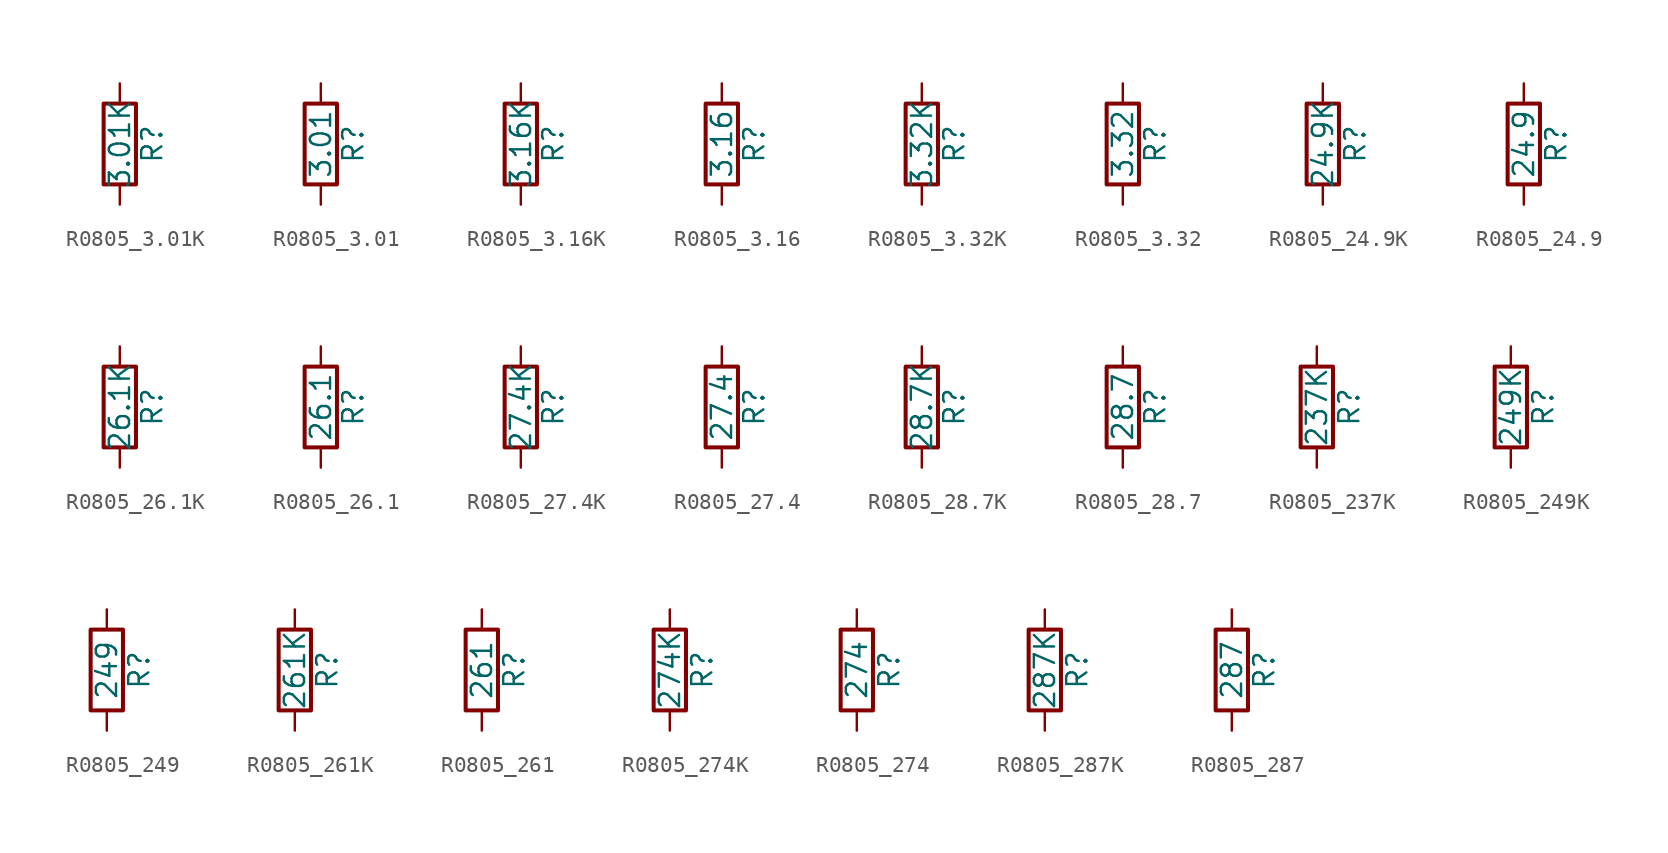
<source format=kicad_sym>
(kicad_symbol_lib
  (version 20211014)
  (generator atlantix-eda)
  (symbol "R0805_3.01K"
    (pin_numbers hide)
    (pin_names
      (offset 0))
    (property "Reference" "R"
      (at 2.032 0 90)
      (effects (font (size 1.27 1.27))))
    (property "Value" "3.01K"
      (at 0 0 90)
      (effects (font (size 1.27 1.27))))
    (symbol "R0805_3.01K_0_1"
      (rectangle (start -1.016 -2.54) (end 1.016 2.54) (stroke (width 0.254) (type default) (color 0 0 0 0)) (fill (type none))))
    (symbol "R0805_3.01K_1_1"
      (pin passive line (at 0 3.81 270) (length 1.27) (name "~" (effects (font (size 1.27 1.27)))) (number "1" (effects (font (size 1.27 1.27)))))
      (pin passive line (at 0 -3.81 90) (length 1.27) (name "~" (effects (font (size 1.27 1.27)))) (number "2" (effects (font (size 1.27 1.27)))))))
  (symbol "R0805_3.01"
    (pin_numbers hide)
    (pin_names
      (offset 0))
    (property "Reference" "R"
      (at 2.032 0 90)
      (effects (font (size 1.27 1.27))))
    (property "Value" "3.01"
      (at 0 0 90)
      (effects (font (size 1.27 1.27))))
    (symbol "R0805_3.01_0_1"
      (rectangle (start -1.016 -2.54) (end 1.016 2.54) (stroke (width 0.254) (type default) (color 0 0 0 0)) (fill (type none))))
    (symbol "R0805_3.01_1_1"
      (pin passive line (at 0 3.81 270) (length 1.27) (name "~" (effects (font (size 1.27 1.27)))) (number "1" (effects (font (size 1.27 1.27)))))
      (pin passive line (at 0 -3.81 90) (length 1.27) (name "~" (effects (font (size 1.27 1.27)))) (number "2" (effects (font (size 1.27 1.27)))))))
  (symbol "R0805_3.16K"
    (pin_numbers hide)
    (pin_names
      (offset 0))
    (property "Reference" "R"
      (at 2.032 0 90)
      (effects (font (size 1.27 1.27))))
    (property "Value" "3.16K"
      (at 0 0 90)
      (effects (font (size 1.27 1.27))))
    (symbol "R0805_3.16K_0_1"
      (rectangle (start -1.016 -2.54) (end 1.016 2.54) (stroke (width 0.254) (type default) (color 0 0 0 0)) (fill (type none))))
    (symbol "R0805_3.16K_1_1"
      (pin passive line (at 0 3.81 270) (length 1.27) (name "~" (effects (font (size 1.27 1.27)))) (number "1" (effects (font (size 1.27 1.27)))))
      (pin passive line (at 0 -3.81 90) (length 1.27) (name "~" (effects (font (size 1.27 1.27)))) (number "2" (effects (font (size 1.27 1.27)))))))
  (symbol "R0805_3.16"
    (pin_numbers hide)
    (pin_names
      (offset 0))
    (property "Reference" "R"
      (at 2.032 0 90)
      (effects (font (size 1.27 1.27))))
    (property "Value" "3.16"
      (at 0 0 90)
      (effects (font (size 1.27 1.27))))
    (symbol "R0805_3.16_0_1"
      (rectangle (start -1.016 -2.54) (end 1.016 2.54) (stroke (width 0.254) (type default) (color 0 0 0 0)) (fill (type none))))
    (symbol "R0805_3.16_1_1"
      (pin passive line (at 0 3.81 270) (length 1.27) (name "~" (effects (font (size 1.27 1.27)))) (number "1" (effects (font (size 1.27 1.27)))))
      (pin passive line (at 0 -3.81 90) (length 1.27) (name "~" (effects (font (size 1.27 1.27)))) (number "2" (effects (font (size 1.27 1.27)))))))
  (symbol "R0805_3.32K"
    (pin_numbers hide)
    (pin_names
      (offset 0))
    (property "Reference" "R"
      (at 2.032 0 90)
      (effects (font (size 1.27 1.27))))
    (property "Value" "3.32K"
      (at 0 0 90)
      (effects (font (size 1.27 1.27))))
    (symbol "R0805_3.32K_0_1"
      (rectangle (start -1.016 -2.54) (end 1.016 2.54) (stroke (width 0.254) (type default) (color 0 0 0 0)) (fill (type none))))
    (symbol "R0805_3.32K_1_1"
      (pin passive line (at 0 3.81 270) (length 1.27) (name "~" (effects (font (size 1.27 1.27)))) (number "1" (effects (font (size 1.27 1.27)))))
      (pin passive line (at 0 -3.81 90) (length 1.27) (name "~" (effects (font (size 1.27 1.27)))) (number "2" (effects (font (size 1.27 1.27)))))))
  (symbol "R0805_3.32"
    (pin_numbers hide)
    (pin_names
      (offset 0))
    (property "Reference" "R"
      (at 2.032 0 90)
      (effects (font (size 1.27 1.27))))
    (property "Value" "3.32"
      (at 0 0 90)
      (effects (font (size 1.27 1.27))))
    (symbol "R0805_3.32_0_1"
      (rectangle (start -1.016 -2.54) (end 1.016 2.54) (stroke (width 0.254) (type default) (color 0 0 0 0)) (fill (type none))))
    (symbol "R0805_3.32_1_1"
      (pin passive line (at 0 3.81 270) (length 1.27) (name "~" (effects (font (size 1.27 1.27)))) (number "1" (effects (font (size 1.27 1.27)))))
      (pin passive line (at 0 -3.81 90) (length 1.27) (name "~" (effects (font (size 1.27 1.27)))) (number "2" (effects (font (size 1.27 1.27)))))))
  (symbol "R0805_24.9K"
    (pin_numbers hide)
    (pin_names
      (offset 0))
    (property "Reference" "R"
      (at 2.032 0 90)
      (effects (font (size 1.27 1.27))))
    (property "Value" "24.9K"
      (at 0 0 90)
      (effects (font (size 1.27 1.27))))
    (symbol "R0805_24.9K_0_1"
      (rectangle (start -1.016 -2.54) (end 1.016 2.54) (stroke (width 0.254) (type default) (color 0 0 0 0)) (fill (type none))))
    (symbol "R0805_24.9K_1_1"
      (pin passive line (at 0 3.81 270) (length 1.27) (name "~" (effects (font (size 1.27 1.27)))) (number "1" (effects (font (size 1.27 1.27)))))
      (pin passive line (at 0 -3.81 90) (length 1.27) (name "~" (effects (font (size 1.27 1.27)))) (number "2" (effects (font (size 1.27 1.27)))))))
  (symbol "R0805_24.9"
    (pin_numbers hide)
    (pin_names
      (offset 0))
    (property "Reference" "R"
      (at 2.032 0 90)
      (effects (font (size 1.27 1.27))))
    (property "Value" "24.9"
      (at 0 0 90)
      (effects (font (size 1.27 1.27))))
    (symbol "R0805_24.9_0_1"
      (rectangle (start -1.016 -2.54) (end 1.016 2.54) (stroke (width 0.254) (type default) (color 0 0 0 0)) (fill (type none))))
    (symbol "R0805_24.9_1_1"
      (pin passive line (at 0 3.81 270) (length 1.27) (name "~" (effects (font (size 1.27 1.27)))) (number "1" (effects (font (size 1.27 1.27)))))
      (pin passive line (at 0 -3.81 90) (length 1.27) (name "~" (effects (font (size 1.27 1.27)))) (number "2" (effects (font (size 1.27 1.27)))))))
  (symbol "R0805_26.1K"
    (pin_numbers hide)
    (pin_names
      (offset 0))
    (property "Reference" "R"
      (at 2.032 0 90)
      (effects (font (size 1.27 1.27))))
    (property "Value" "26.1K"
      (at 0 0 90)
      (effects (font (size 1.27 1.27))))
    (symbol "R0805_26.1K_0_1"
      (rectangle (start -1.016 -2.54) (end 1.016 2.54) (stroke (width 0.254) (type default) (color 0 0 0 0)) (fill (type none))))
    (symbol "R0805_26.1K_1_1"
      (pin passive line (at 0 3.81 270) (length 1.27) (name "~" (effects (font (size 1.27 1.27)))) (number "1" (effects (font (size 1.27 1.27)))))
      (pin passive line (at 0 -3.81 90) (length 1.27) (name "~" (effects (font (size 1.27 1.27)))) (number "2" (effects (font (size 1.27 1.27)))))))
  (symbol "R0805_26.1"
    (pin_numbers hide)
    (pin_names
      (offset 0))
    (property "Reference" "R"
      (at 2.032 0 90)
      (effects (font (size 1.27 1.27))))
    (property "Value" "26.1"
      (at 0 0 90)
      (effects (font (size 1.27 1.27))))
    (symbol "R0805_26.1_0_1"
      (rectangle (start -1.016 -2.54) (end 1.016 2.54) (stroke (width 0.254) (type default) (color 0 0 0 0)) (fill (type none))))
    (symbol "R0805_26.1_1_1"
      (pin passive line (at 0 3.81 270) (length 1.27) (name "~" (effects (font (size 1.27 1.27)))) (number "1" (effects (font (size 1.27 1.27)))))
      (pin passive line (at 0 -3.81 90) (length 1.27) (name "~" (effects (font (size 1.27 1.27)))) (number "2" (effects (font (size 1.27 1.27)))))))
  (symbol "R0805_27.4K"
    (pin_numbers hide)
    (pin_names
      (offset 0))
    (property "Reference" "R"
      (at 2.032 0 90)
      (effects (font (size 1.27 1.27))))
    (property "Value" "27.4K"
      (at 0 0 90)
      (effects (font (size 1.27 1.27))))
    (symbol "R0805_27.4K_0_1"
      (rectangle (start -1.016 -2.54) (end 1.016 2.54) (stroke (width 0.254) (type default) (color 0 0 0 0)) (fill (type none))))
    (symbol "R0805_27.4K_1_1"
      (pin passive line (at 0 3.81 270) (length 1.27) (name "~" (effects (font (size 1.27 1.27)))) (number "1" (effects (font (size 1.27 1.27)))))
      (pin passive line (at 0 -3.81 90) (length 1.27) (name "~" (effects (font (size 1.27 1.27)))) (number "2" (effects (font (size 1.27 1.27)))))))
  (symbol "R0805_27.4"
    (pin_numbers hide)
    (pin_names
      (offset 0))
    (property "Reference" "R"
      (at 2.032 0 90)
      (effects (font (size 1.27 1.27))))
    (property "Value" "27.4"
      (at 0 0 90)
      (effects (font (size 1.27 1.27))))
    (symbol "R0805_27.4_0_1"
      (rectangle (start -1.016 -2.54) (end 1.016 2.54) (stroke (width 0.254) (type default) (color 0 0 0 0)) (fill (type none))))
    (symbol "R0805_27.4_1_1"
      (pin passive line (at 0 3.81 270) (length 1.27) (name "~" (effects (font (size 1.27 1.27)))) (number "1" (effects (font (size 1.27 1.27)))))
      (pin passive line (at 0 -3.81 90) (length 1.27) (name "~" (effects (font (size 1.27 1.27)))) (number "2" (effects (font (size 1.27 1.27)))))))
  (symbol "R0805_28.7K"
    (pin_numbers hide)
    (pin_names
      (offset 0))
    (property "Reference" "R"
      (at 2.032 0 90)
      (effects (font (size 1.27 1.27))))
    (property "Value" "28.7K"
      (at 0 0 90)
      (effects (font (size 1.27 1.27))))
    (symbol "R0805_28.7K_0_1"
      (rectangle (start -1.016 -2.54) (end 1.016 2.54) (stroke (width 0.254) (type default) (color 0 0 0 0)) (fill (type none))))
    (symbol "R0805_28.7K_1_1"
      (pin passive line (at 0 3.81 270) (length 1.27) (name "~" (effects (font (size 1.27 1.27)))) (number "1" (effects (font (size 1.27 1.27)))))
      (pin passive line (at 0 -3.81 90) (length 1.27) (name "~" (effects (font (size 1.27 1.27)))) (number "2" (effects (font (size 1.27 1.27)))))))
  (symbol "R0805_28.7"
    (pin_numbers hide)
    (pin_names
      (offset 0))
    (property "Reference" "R"
      (at 2.032 0 90)
      (effects (font (size 1.27 1.27))))
    (property "Value" "28.7"
      (at 0 0 90)
      (effects (font (size 1.27 1.27))))
    (symbol "R0805_28.7_0_1"
      (rectangle (start -1.016 -2.54) (end 1.016 2.54) (stroke (width 0.254) (type default) (color 0 0 0 0)) (fill (type none))))
    (symbol "R0805_28.7_1_1"
      (pin passive line (at 0 3.81 270) (length 1.27) (name "~" (effects (font (size 1.27 1.27)))) (number "1" (effects (font (size 1.27 1.27)))))
      (pin passive line (at 0 -3.81 90) (length 1.27) (name "~" (effects (font (size 1.27 1.27)))) (number "2" (effects (font (size 1.27 1.27)))))))
  (symbol "R0805_237K"
    (pin_numbers hide)
    (pin_names
      (offset 0))
    (property "Reference" "R"
      (at 2.032 0 90)
      (effects (font (size 1.27 1.27))))
    (property "Value" "237K"
      (at 0 0 90)
      (effects (font (size 1.27 1.27))))
    (symbol "R0805_237K_0_1"
      (rectangle (start -1.016 -2.54) (end 1.016 2.54) (stroke (width 0.254) (type default) (color 0 0 0 0)) (fill (type none))))
    (symbol "R0805_237K_1_1"
      (pin passive line (at 0 3.81 270) (length 1.27) (name "~" (effects (font (size 1.27 1.27)))) (number "1" (effects (font (size 1.27 1.27)))))
      (pin passive line (at 0 -3.81 90) (length 1.27) (name "~" (effects (font (size 1.27 1.27)))) (number "2" (effects (font (size 1.27 1.27)))))))
  (symbol "R0805_249K"
    (pin_numbers hide)
    (pin_names
      (offset 0))
    (property "Reference" "R"
      (at 2.032 0 90)
      (effects (font (size 1.27 1.27))))
    (property "Value" "249K"
      (at 0 0 90)
      (effects (font (size 1.27 1.27))))
    (symbol "R0805_249K_0_1"
      (rectangle (start -1.016 -2.54) (end 1.016 2.54) (stroke (width 0.254) (type default) (color 0 0 0 0)) (fill (type none))))
    (symbol "R0805_249K_1_1"
      (pin passive line (at 0 3.81 270) (length 1.27) (name "~" (effects (font (size 1.27 1.27)))) (number "1" (effects (font (size 1.27 1.27)))))
      (pin passive line (at 0 -3.81 90) (length 1.27) (name "~" (effects (font (size 1.27 1.27)))) (number "2" (effects (font (size 1.27 1.27)))))))
  (symbol "R0805_249"
    (pin_numbers hide)
    (pin_names
      (offset 0))
    (property "Reference" "R"
      (at 2.032 0 90)
      (effects (font (size 1.27 1.27))))
    (property "Value" "249"
      (at 0 0 90)
      (effects (font (size 1.27 1.27))))
    (symbol "R0805_249_0_1"
      (rectangle (start -1.016 -2.54) (end 1.016 2.54) (stroke (width 0.254) (type default) (color 0 0 0 0)) (fill (type none))))
    (symbol "R0805_249_1_1"
      (pin passive line (at 0 3.81 270) (length 1.27) (name "~" (effects (font (size 1.27 1.27)))) (number "1" (effects (font (size 1.27 1.27)))))
      (pin passive line (at 0 -3.81 90) (length 1.27) (name "~" (effects (font (size 1.27 1.27)))) (number "2" (effects (font (size 1.27 1.27)))))))
  (symbol "R0805_261K"
    (pin_numbers hide)
    (pin_names
      (offset 0))
    (property "Reference" "R"
      (at 2.032 0 90)
      (effects (font (size 1.27 1.27))))
    (property "Value" "261K"
      (at 0 0 90)
      (effects (font (size 1.27 1.27))))
    (symbol "R0805_261K_0_1"
      (rectangle (start -1.016 -2.54) (end 1.016 2.54) (stroke (width 0.254) (type default) (color 0 0 0 0)) (fill (type none))))
    (symbol "R0805_261K_1_1"
      (pin passive line (at 0 3.81 270) (length 1.27) (name "~" (effects (font (size 1.27 1.27)))) (number "1" (effects (font (size 1.27 1.27)))))
      (pin passive line (at 0 -3.81 90) (length 1.27) (name "~" (effects (font (size 1.27 1.27)))) (number "2" (effects (font (size 1.27 1.27)))))))
  (symbol "R0805_261"
    (pin_numbers hide)
    (pin_names
      (offset 0))
    (property "Reference" "R"
      (at 2.032 0 90)
      (effects (font (size 1.27 1.27))))
    (property "Value" "261"
      (at 0 0 90)
      (effects (font (size 1.27 1.27))))
    (symbol "R0805_261_0_1"
      (rectangle (start -1.016 -2.54) (end 1.016 2.54) (stroke (width 0.254) (type default) (color 0 0 0 0)) (fill (type none))))
    (symbol "R0805_261_1_1"
      (pin passive line (at 0 3.81 270) (length 1.27) (name "~" (effects (font (size 1.27 1.27)))) (number "1" (effects (font (size 1.27 1.27)))))
      (pin passive line (at 0 -3.81 90) (length 1.27) (name "~" (effects (font (size 1.27 1.27)))) (number "2" (effects (font (size 1.27 1.27)))))))
  (symbol "R0805_274K"
    (pin_numbers hide)
    (pin_names
      (offset 0))
    (property "Reference" "R"
      (at 2.032 0 90)
      (effects (font (size 1.27 1.27))))
    (property "Value" "274K"
      (at 0 0 90)
      (effects (font (size 1.27 1.27))))
    (symbol "R0805_274K_0_1"
      (rectangle (start -1.016 -2.54) (end 1.016 2.54) (stroke (width 0.254) (type default) (color 0 0 0 0)) (fill (type none))))
    (symbol "R0805_274K_1_1"
      (pin passive line (at 0 3.81 270) (length 1.27) (name "~" (effects (font (size 1.27 1.27)))) (number "1" (effects (font (size 1.27 1.27)))))
      (pin passive line (at 0 -3.81 90) (length 1.27) (name "~" (effects (font (size 1.27 1.27)))) (number "2" (effects (font (size 1.27 1.27)))))))
  (symbol "R0805_274"
    (pin_numbers hide)
    (pin_names
      (offset 0))
    (property "Reference" "R"
      (at 2.032 0 90)
      (effects (font (size 1.27 1.27))))
    (property "Value" "274"
      (at 0 0 90)
      (effects (font (size 1.27 1.27))))
    (symbol "R0805_274_0_1"
      (rectangle (start -1.016 -2.54) (end 1.016 2.54) (stroke (width 0.254) (type default) (color 0 0 0 0)) (fill (type none))))
    (symbol "R0805_274_1_1"
      (pin passive line (at 0 3.81 270) (length 1.27) (name "~" (effects (font (size 1.27 1.27)))) (number "1" (effects (font (size 1.27 1.27)))))
      (pin passive line (at 0 -3.81 90) (length 1.27) (name "~" (effects (font (size 1.27 1.27)))) (number "2" (effects (font (size 1.27 1.27)))))))
  (symbol "R0805_287K"
    (pin_numbers hide)
    (pin_names
      (offset 0))
    (property "Reference" "R"
      (at 2.032 0 90)
      (effects (font (size 1.27 1.27))))
    (property "Value" "287K"
      (at 0 0 90)
      (effects (font (size 1.27 1.27))))
    (symbol "R0805_287K_0_1"
      (rectangle (start -1.016 -2.54) (end 1.016 2.54) (stroke (width 0.254) (type default) (color 0 0 0 0)) (fill (type none))))
    (symbol "R0805_287K_1_1"
      (pin passive line (at 0 3.81 270) (length 1.27) (name "~" (effects (font (size 1.27 1.27)))) (number "1" (effects (font (size 1.27 1.27)))))
      (pin passive line (at 0 -3.81 90) (length 1.27) (name "~" (effects (font (size 1.27 1.27)))) (number "2" (effects (font (size 1.27 1.27)))))))
  (symbol "R0805_287"
    (pin_numbers hide)
    (pin_names
      (offset 0))
    (property "Reference" "R"
      (at 2.032 0 90)
      (effects (font (size 1.27 1.27))))
    (property "Value" "287"
      (at 0 0 90)
      (effects (font (size 1.27 1.27))))
    (symbol "R0805_287_0_1"
      (rectangle (start -1.016 -2.54) (end 1.016 2.54) (stroke (width 0.254) (type default) (color 0 0 0 0)) (fill (type none))))
    (symbol "R0805_287_1_1"
      (pin passive line (at 0 3.81 270) (length 1.27) (name "~" (effects (font (size 1.27 1.27)))) (number "1" (effects (font (size 1.27 1.27)))))
      (pin passive line (at 0 -3.81 90) (length 1.27) (name "~" (effects (font (size 1.27 1.27)))) (number "2" (effects (font (size 1.27 1.27))))))))
</source>
